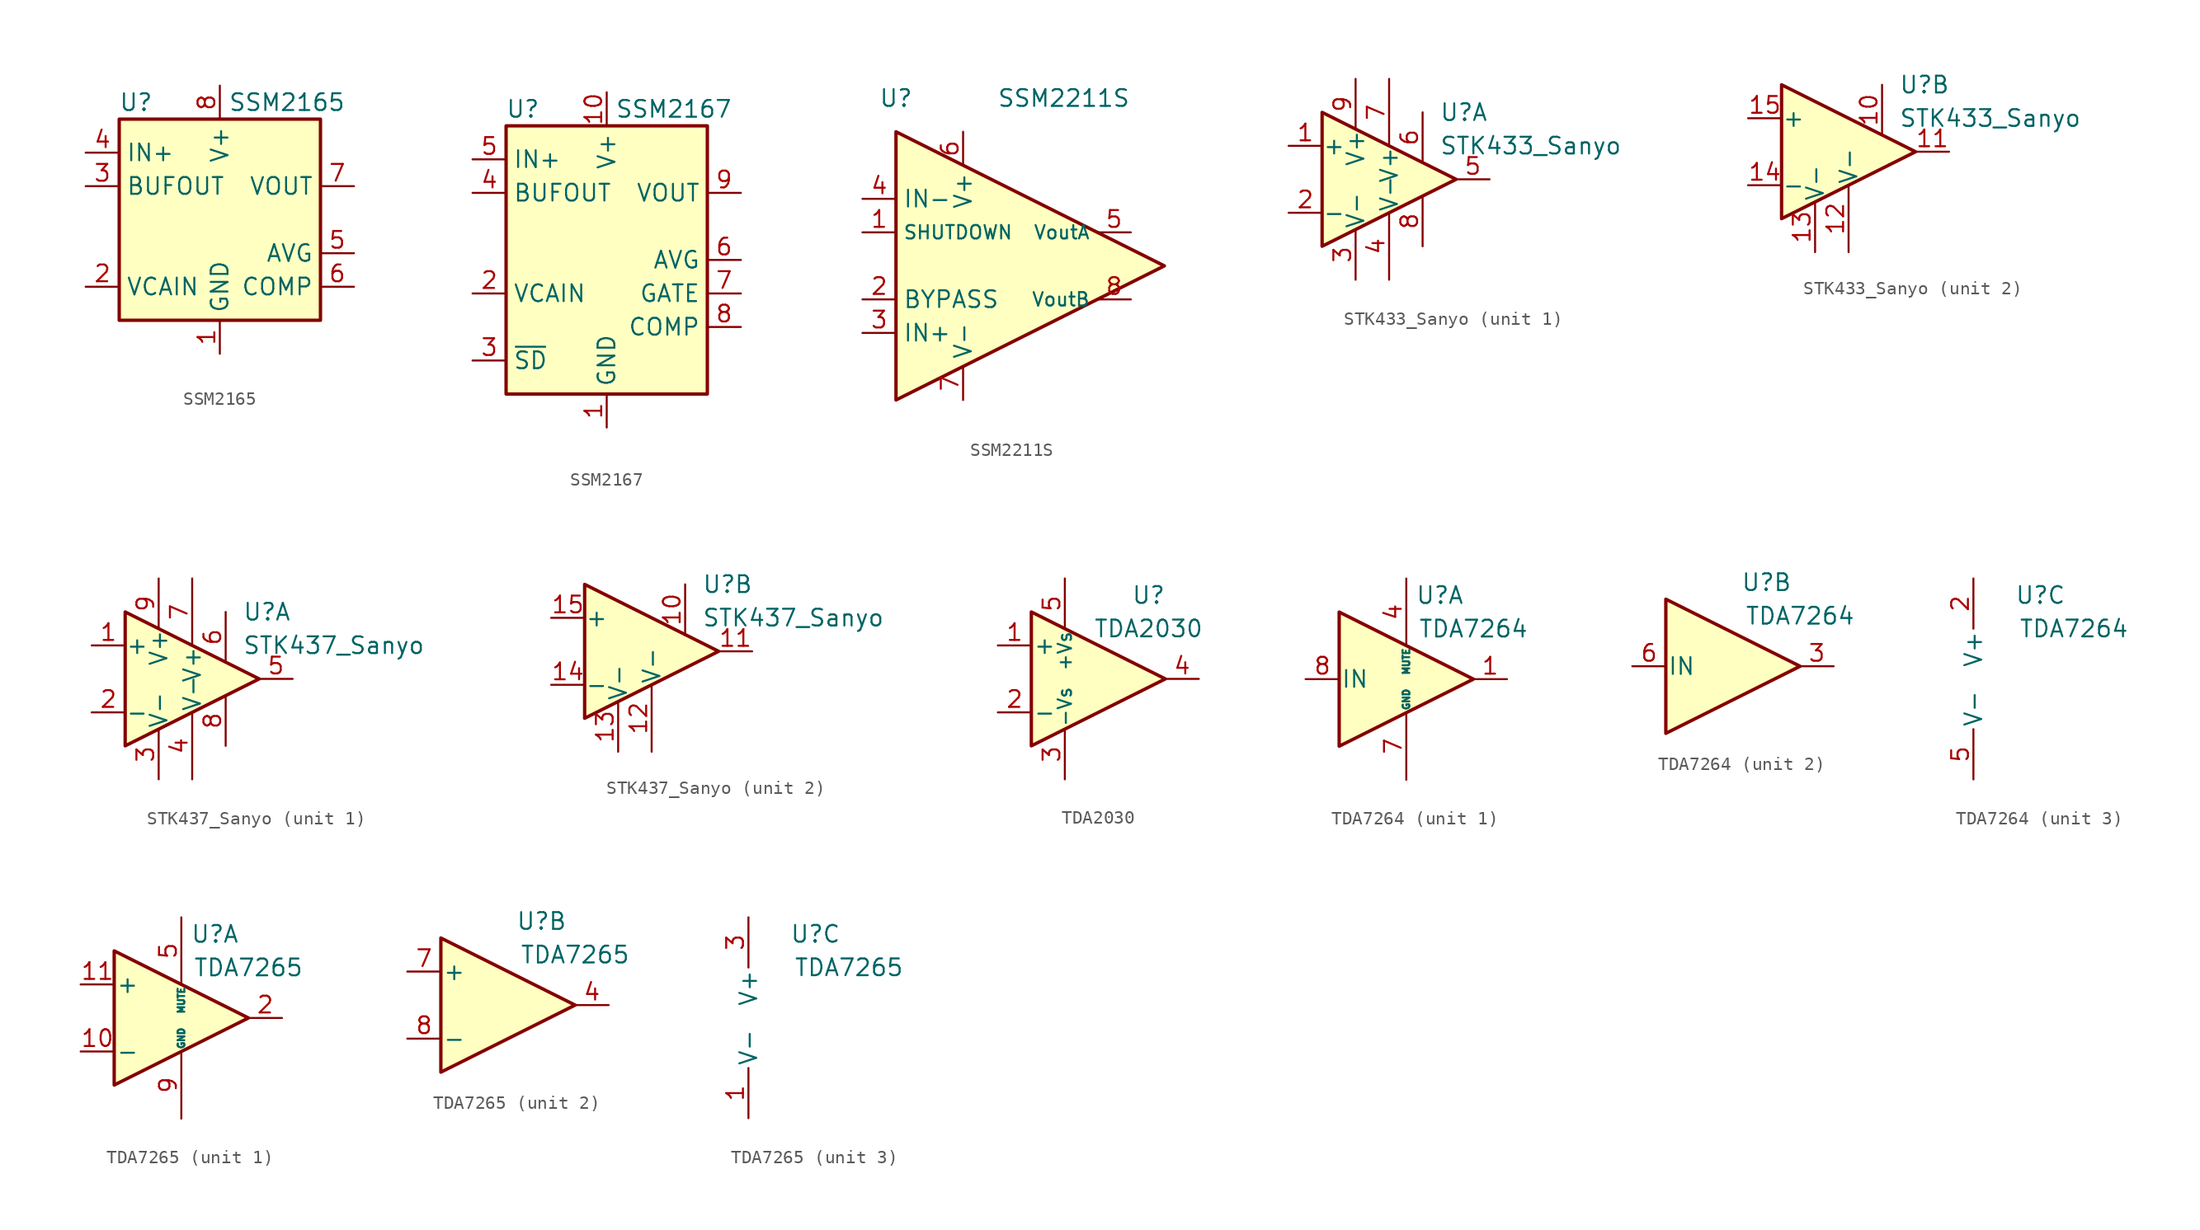
<source format=kicad_sym>
(kicad_symbol_lib
  (version 20211014)
  (generator kicad_symbol_editor)
  (symbol "SSM2165"
    (property "Reference" "U"
      (at -6.35 8.89 0)
      (effects (font (size 1.27 1.27))))
    (property "Value" "SSM2165"
      (at 5.08 8.89 0)
      (effects (font (size 1.27 1.27))))
    (symbol "SSM2165_0_1"
      (rectangle (start -7.62 7.62) (end 7.62 -7.62) (stroke (width 0.254) (type default) (color 0 0 0 0)) (fill (type background))))
    (symbol "SSM2165_1_1"
      (pin power_in line (at 0 -10.16 90) (length 2.54) (name "GND" (effects (font (size 1.27 1.27)))) (number "1" (effects (font (size 1.27 1.27)))))
      (pin input line (at -10.16 -5.08 0) (length 2.54) (name "VCAIN" (effects (font (size 1.27 1.27)))) (number "2" (effects (font (size 1.27 1.27)))))
      (pin output line (at -10.16 2.54 0) (length 2.54) (name "BUFOUT" (effects (font (size 1.27 1.27)))) (number "3" (effects (font (size 1.27 1.27)))))
      (pin input line (at -10.16 5.08 0) (length 2.54) (name "IN+" (effects (font (size 1.27 1.27)))) (number "4" (effects (font (size 1.27 1.27)))))
      (pin passive line (at 10.16 -2.54 180) (length 2.54) (name "AVG" (effects (font (size 1.27 1.27)))) (number "5" (effects (font (size 1.27 1.27)))))
      (pin passive line (at 10.16 -5.08 180) (length 2.54) (name "COMP" (effects (font (size 1.27 1.27)))) (number "6" (effects (font (size 1.27 1.27)))))
      (pin output line (at 10.16 2.54 180) (length 2.54) (name "VOUT" (effects (font (size 1.27 1.27)))) (number "7" (effects (font (size 1.27 1.27)))))
      (pin power_in line (at 0 10.16 270) (length 2.54) (name "V+" (effects (font (size 1.27 1.27)))) (number "8" (effects (font (size 1.27 1.27)))))))
  (symbol "SSM2167"
    (property "Reference" "U"
      (at -6.35 11.43 0)
      (effects (font (size 1.27 1.27))))
    (property "Value" "SSM2167"
      (at 5.08 11.43 0)
      (effects (font (size 1.27 1.27))))
    (symbol "SSM2167_0_1"
      (rectangle (start -7.62 10.16) (end 7.62 -10.16) (stroke (width 0.254) (type default) (color 0 0 0 0)) (fill (type background))))
    (symbol "SSM2167_1_1"
      (pin power_in line (at 0 -12.7 90) (length 2.54) (name "GND" (effects (font (size 1.27 1.27)))) (number "1" (effects (font (size 1.27 1.27)))))
      (pin power_in line (at 0 12.7 270) (length 2.54) (name "V+" (effects (font (size 1.27 1.27)))) (number "10" (effects (font (size 1.27 1.27)))))
      (pin input line (at -10.16 -2.54 0) (length 2.54) (name "VCAIN" (effects (font (size 1.27 1.27)))) (number "2" (effects (font (size 1.27 1.27)))))
      (pin input line (at -10.16 -7.62 0) (length 2.54) (name "~{SD}" (effects (font (size 1.27 1.27)))) (number "3" (effects (font (size 1.27 1.27)))))
      (pin output line (at -10.16 5.08 0) (length 2.54) (name "BUFOUT" (effects (font (size 1.27 1.27)))) (number "4" (effects (font (size 1.27 1.27)))))
      (pin input line (at -10.16 7.62 0) (length 2.54) (name "IN+" (effects (font (size 1.27 1.27)))) (number "5" (effects (font (size 1.27 1.27)))))
      (pin passive line (at 10.16 0 180) (length 2.54) (name "AVG" (effects (font (size 1.27 1.27)))) (number "6" (effects (font (size 1.27 1.27)))))
      (pin passive line (at 10.16 -2.54 180) (length 2.54) (name "GATE" (effects (font (size 1.27 1.27)))) (number "7" (effects (font (size 1.27 1.27)))))
      (pin passive line (at 10.16 -5.08 180) (length 2.54) (name "COMP" (effects (font (size 1.27 1.27)))) (number "8" (effects (font (size 1.27 1.27)))))
      (pin output line (at 10.16 5.08 180) (length 2.54) (name "VOUT" (effects (font (size 1.27 1.27)))) (number "9" (effects (font (size 1.27 1.27)))))))
  (symbol "SSM2211S"
    (property "Reference" "U"
      (at -7.62 12.7 0)
      (effects (font (size 1.27 1.27))))
    (property "Value" "SSM2211S"
      (at 5.08 12.7 0)
      (effects (font (size 1.27 1.27))))
    (symbol "SSM2211S_0_1"
      (polyline (pts (xy -7.62 10.16) (xy -7.62 -10.16) (xy 12.7 0) (xy -7.62 10.16)) (stroke (width 0.254) (type default) (color 0 0 0 0)) (fill (type background))))
    (symbol "SSM2211S_1_1"
      (pin input line (at -10.16 2.54 0) (length 2.54) (name "SHUTDOWN" (effects (font (size 1.016 1.016)))) (number "1" (effects (font (size 1.27 1.27)))))
      (pin passive line (at -10.16 -2.54 0) (length 2.54) (name "BYPASS" (effects (font (size 1.27 1.27)))) (number "2" (effects (font (size 1.27 1.27)))))
      (pin input line (at -10.16 -5.08 0) (length 2.54) (name "IN+" (effects (font (size 1.27 1.27)))) (number "3" (effects (font (size 1.27 1.27)))))
      (pin input line (at -10.16 5.08 0) (length 2.54) (name "IN-" (effects (font (size 1.27 1.27)))) (number "4" (effects (font (size 1.27 1.27)))))
      (pin output line (at 10.16 2.54 180) (length 2.54) (name "VoutA" (effects (font (size 1.016 1.016)))) (number "5" (effects (font (size 1.27 1.27)))))
      (pin power_in line (at -2.54 10.16 270) (length 2.54) (name "V+" (effects (font (size 1.27 1.27)))) (number "6" (effects (font (size 1.27 1.27)))))
      (pin power_in line (at -2.54 -10.16 90) (length 2.54) (name "V-" (effects (font (size 1.27 1.27)))) (number "7" (effects (font (size 1.27 1.27)))))
      (pin output line (at 10.16 -2.54 180) (length 2.54) (name "VoutB" (effects (font (size 1.016 1.016)))) (number "8" (effects (font (size 1.27 1.27)))))))
  (symbol "STK433_Sanyo"
    (pin_names
      (offset 0.025))
    (property "Reference" "U"
      (at 3.81 5.08 0)
      (effects (font (size 1.27 1.27)) (justify left)))
    (property "Value" "STK433_Sanyo"
      (at 3.81 2.54 0)
      (effects (font (size 1.27 1.27)) (justify left)))
    (symbol "STK433_Sanyo_0_1"
      (polyline (pts (xy -5.08 5.08) (xy 5.08 0) (xy -5.08 -5.08) (xy -5.08 5.08)) (stroke (width 0.254) (type default) (color 0 0 0 0)) (fill (type background))))
    (symbol "STK433_Sanyo_1_1"
      (pin input line (at -7.62 2.54 0) (length 2.54) (name "+" (effects (font (size 1.27 1.27)))) (number "1" (effects (font (size 1.27 1.27)))))
      (pin input line (at -7.62 -2.54 0) (length 2.54) (name "-" (effects (font (size 1.27 1.27)))) (number "2" (effects (font (size 1.27 1.27)))))
      (pin power_in line (at -2.54 -7.62 90) (length 3.81) (name "V-" (effects (font (size 1.27 1.27)))) (number "3" (effects (font (size 1.27 1.27)))))
      (pin power_in line (at 0 -7.62 90) (length 5.08) (name "V-" (effects (font (size 1.27 1.27)))) (number "4" (effects (font (size 1.27 1.27)))))
      (pin output line (at 7.62 0 180) (length 2.54) (name "~" (effects (font (size 1.27 1.27)))) (number "5" (effects (font (size 1.27 1.27)))))
      (pin passive line (at 2.54 5.08 270) (length 3.81) (name "~" (effects (font (size 1.27 1.27)))) (number "6" (effects (font (size 1.27 1.27)))))
      (pin power_in line (at 0 7.62 270) (length 5.08) (name "V+" (effects (font (size 1.27 1.27)))) (number "7" (effects (font (size 1.27 1.27)))))
      (pin power_in line (at 2.54 -5.08 90) (length 3.81) (name "~" (effects (font (size 1.27 1.27)))) (number "8" (effects (font (size 1.27 1.27)))))
      (pin power_in line (at -2.54 7.62 270) (length 3.81) (name "V+" (effects (font (size 1.27 1.27)))) (number "9" (effects (font (size 1.27 1.27))))))
    (symbol "STK433_Sanyo_2_1"
      (pin passive line (at 2.54 5.08 270) (length 3.81) (name "~" (effects (font (size 1.27 1.27)))) (number "10" (effects (font (size 1.27 1.27)))))
      (pin output line (at 7.62 0 180) (length 2.54) (name "~" (effects (font (size 1.27 1.27)))) (number "11" (effects (font (size 1.27 1.27)))))
      (pin power_in line (at 0 -7.62 90) (length 5.08) (name "V-" (effects (font (size 1.27 1.27)))) (number "12" (effects (font (size 1.27 1.27)))))
      (pin power_in line (at -2.54 -7.62 90) (length 3.81) (name "V-" (effects (font (size 1.27 1.27)))) (number "13" (effects (font (size 1.27 1.27)))))
      (pin input line (at -7.62 -2.54 0) (length 2.54) (name "-" (effects (font (size 1.27 1.27)))) (number "14" (effects (font (size 1.27 1.27)))))
      (pin input line (at -7.62 2.54 0) (length 2.54) (name "+" (effects (font (size 1.27 1.27)))) (number "15" (effects (font (size 1.27 1.27)))))))
  (symbol "STK437_Sanyo"
    (pin_names
      (offset 0.025))
    (property "Reference" "U"
      (at 3.81 5.08 0)
      (effects (font (size 1.27 1.27)) (justify left)))
    (property "Value" "STK437_Sanyo"
      (at 3.81 2.54 0)
      (effects (font (size 1.27 1.27)) (justify left)))
    (symbol "STK437_Sanyo_0_1"
      (polyline (pts (xy -5.08 5.08) (xy 5.08 0) (xy -5.08 -5.08) (xy -5.08 5.08)) (stroke (width 0.254) (type default) (color 0 0 0 0)) (fill (type background))))
    (symbol "STK437_Sanyo_1_1"
      (pin input line (at -7.62 2.54 0) (length 2.54) (name "+" (effects (font (size 1.27 1.27)))) (number "1" (effects (font (size 1.27 1.27)))))
      (pin input line (at -7.62 -2.54 0) (length 2.54) (name "-" (effects (font (size 1.27 1.27)))) (number "2" (effects (font (size 1.27 1.27)))))
      (pin power_in line (at -2.54 -7.62 90) (length 3.81) (name "V-" (effects (font (size 1.27 1.27)))) (number "3" (effects (font (size 1.27 1.27)))))
      (pin power_in line (at 0 -7.62 90) (length 5.08) (name "V-" (effects (font (size 1.27 1.27)))) (number "4" (effects (font (size 1.27 1.27)))))
      (pin output line (at 7.62 0 180) (length 2.54) (name "~" (effects (font (size 1.27 1.27)))) (number "5" (effects (font (size 1.27 1.27)))))
      (pin passive line (at 2.54 5.08 270) (length 3.81) (name "~" (effects (font (size 1.27 1.27)))) (number "6" (effects (font (size 1.27 1.27)))))
      (pin power_in line (at 0 7.62 270) (length 5.08) (name "V+" (effects (font (size 1.27 1.27)))) (number "7" (effects (font (size 1.27 1.27)))))
      (pin power_in line (at 2.54 -5.08 90) (length 3.81) (name "~" (effects (font (size 1.27 1.27)))) (number "8" (effects (font (size 1.27 1.27)))))
      (pin power_in line (at -2.54 7.62 270) (length 3.81) (name "V+" (effects (font (size 1.27 1.27)))) (number "9" (effects (font (size 1.27 1.27))))))
    (symbol "STK437_Sanyo_2_1"
      (pin passive line (at 2.54 5.08 270) (length 3.81) (name "~" (effects (font (size 1.27 1.27)))) (number "10" (effects (font (size 1.27 1.27)))))
      (pin output line (at 7.62 0 180) (length 2.54) (name "~" (effects (font (size 1.27 1.27)))) (number "11" (effects (font (size 1.27 1.27)))))
      (pin power_in line (at 0 -7.62 90) (length 5.08) (name "V-" (effects (font (size 1.27 1.27)))) (number "12" (effects (font (size 1.27 1.27)))))
      (pin power_in line (at -2.54 -7.62 90) (length 3.81) (name "V-" (effects (font (size 1.27 1.27)))) (number "13" (effects (font (size 1.27 1.27)))))
      (pin input line (at -7.62 -2.54 0) (length 2.54) (name "-" (effects (font (size 1.27 1.27)))) (number "14" (effects (font (size 1.27 1.27)))))
      (pin input line (at -7.62 2.54 0) (length 2.54) (name "+" (effects (font (size 1.27 1.27)))) (number "15" (effects (font (size 1.27 1.27)))))))
  (symbol "TDA2030"
    (pin_names
      (offset 0.127))
    (property "Reference" "U"
      (at 3.81 6.35 0)
      (effects (font (size 1.27 1.27))))
    (property "Value" "TDA2030"
      (at 3.81 3.81 0)
      (effects (font (size 1.27 1.27))))
    (symbol "TDA2030_0_1"
      (polyline (pts (xy -5.08 5.08) (xy 5.08 0) (xy -5.08 -5.08) (xy -5.08 5.08)) (stroke (width 0.254) (type default) (color 0 0 0 0)) (fill (type background))))
    (symbol "TDA2030_1_1"
      (pin input line (at -7.62 2.54 0) (length 2.54) (name "+" (effects (font (size 1.27 1.27)))) (number "1" (effects (font (size 1.27 1.27)))))
      (pin input line (at -7.62 -2.54 0) (length 2.54) (name "-" (effects (font (size 1.27 1.27)))) (number "2" (effects (font (size 1.27 1.27)))))
      (pin power_in line (at -2.54 -7.62 90) (length 3.81) (name "-Vs" (effects (font (size 1.016 1.016)))) (number "3" (effects (font (size 1.27 1.27)))))
      (pin output line (at 7.62 0 180) (length 2.54) (name "~" (effects (font (size 1.27 1.27)))) (number "4" (effects (font (size 1.27 1.27)))))
      (pin power_in line (at -2.54 7.62 270) (length 3.81) (name "+Vs" (effects (font (size 1.016 1.016)))) (number "5" (effects (font (size 1.27 1.27)))))))
  (symbol "TDA7264"
    (pin_names
      (offset 0.127))
    (property "Reference" "U"
      (at 2.54 6.35 0)
      (effects (font (size 1.27 1.27))))
    (property "Value" "TDA7264"
      (at 5.08 3.81 0)
      (effects (font (size 1.27 1.27))))
    (property "ki_locked" ""
      (at 0 0 0)
      (effects (font (size 1.27 1.27))))
    (symbol "TDA7264_1_1"
      (polyline (pts (xy 5.08 0) (xy -5.08 5.08) (xy -5.08 -5.08) (xy 5.08 0)) (stroke (width 0.254) (type default) (color 0 0 0 0)) (fill (type background)))
      (pin output line (at 7.62 0 180) (length 2.54) (name "~" (effects (font (size 1.27 1.27)))) (number "1" (effects (font (size 1.27 1.27)))))
      (pin input line (at 0 7.62 270) (length 5.08) (name "MUTE" (effects (font (size 0.508 0.508)))) (number "4" (effects (font (size 1.27 1.27)))))
      (pin power_in line (at 0 -7.62 90) (length 5.08) (name "GND" (effects (font (size 0.508 0.508)))) (number "7" (effects (font (size 1.27 1.27)))))
      (pin input line (at -7.62 0 0) (length 2.54) (name "IN" (effects (font (size 1.27 1.27)))) (number "8" (effects (font (size 1.27 1.27))))))
    (symbol "TDA7264_2_1"
      (polyline (pts (xy 5.08 0) (xy -5.08 5.08) (xy -5.08 -5.08) (xy 5.08 0)) (stroke (width 0.254) (type default) (color 0 0 0 0)) (fill (type background)))
      (pin output line (at 7.62 0 180) (length 2.54) (name "~" (effects (font (size 1.27 1.27)))) (number "3" (effects (font (size 1.27 1.27)))))
      (pin input line (at -7.62 0 0) (length 2.54) (name "IN" (effects (font (size 1.27 1.27)))) (number "6" (effects (font (size 1.27 1.27))))))
    (symbol "TDA7264_3_1"
      (pin power_in line (at -2.54 7.62 270) (length 3.81) (name "V+" (effects (font (size 1.27 1.27)))) (number "2" (effects (font (size 1.27 1.27)))))
      (pin power_in line (at -2.54 -7.62 90) (length 3.81) (name "V-" (effects (font (size 1.27 1.27)))) (number "5" (effects (font (size 1.27 1.27)))))))
  (symbol "TDA7265"
    (pin_names
      (offset 0.127))
    (property "Reference" "U"
      (at 2.54 6.35 0)
      (effects (font (size 1.27 1.27))))
    (property "Value" "TDA7265"
      (at 5.08 3.81 0)
      (effects (font (size 1.27 1.27))))
    (property "ki_locked" ""
      (at 0 0 0)
      (effects (font (size 1.27 1.27))))
    (symbol "TDA7265_1_1"
      (polyline (pts (xy 5.08 0) (xy -5.08 5.08) (xy -5.08 -5.08) (xy 5.08 0)) (stroke (width 0.254) (type default) (color 0 0 0 0)) (fill (type background)))
      (pin input line (at -7.62 -2.54 0) (length 2.54) (name "-" (effects (font (size 1.27 1.27)))) (number "10" (effects (font (size 1.27 1.27)))))
      (pin input line (at -7.62 2.54 0) (length 2.54) (name "+" (effects (font (size 1.27 1.27)))) (number "11" (effects (font (size 1.27 1.27)))))
      (pin output line (at 7.62 0 180) (length 2.54) (name "~" (effects (font (size 1.27 1.27)))) (number "2" (effects (font (size 1.27 1.27)))))
      (pin input line (at 0 7.62 270) (length 5.08) (name "MUTE" (effects (font (size 0.508 0.508)))) (number "5" (effects (font (size 1.27 1.27)))))
      (pin power_in line (at 0 -7.62 90) (length 5.08) (name "GND" (effects (font (size 0.508 0.508)))) (number "9" (effects (font (size 1.27 1.27))))))
    (symbol "TDA7265_2_1"
      (polyline (pts (xy 5.08 0) (xy -5.08 5.08) (xy -5.08 -5.08) (xy 5.08 0)) (stroke (width 0.254) (type default) (color 0 0 0 0)) (fill (type background)))
      (pin output line (at 7.62 0 180) (length 2.54) (name "~" (effects (font (size 1.27 1.27)))) (number "4" (effects (font (size 1.27 1.27)))))
      (pin input line (at -7.62 2.54 0) (length 2.54) (name "+" (effects (font (size 1.27 1.27)))) (number "7" (effects (font (size 1.27 1.27)))))
      (pin input line (at -7.62 -2.54 0) (length 2.54) (name "-" (effects (font (size 1.27 1.27)))) (number "8" (effects (font (size 1.27 1.27))))))
    (symbol "TDA7265_3_1"
      (pin power_in line (at -2.54 -7.62 90) (length 3.81) (name "V-" (effects (font (size 1.27 1.27)))) (number "1" (effects (font (size 1.27 1.27)))))
      (pin power_in line (at -2.54 7.62 270) (length 3.81) (name "V+" (effects (font (size 1.27 1.27)))) (number "3" (effects (font (size 1.27 1.27)))))
      (pin passive line (at -2.54 -7.62 90) (length 3.81) hide (name "V-" (effects (font (size 1.27 1.27)))) (number "6" (effects (font (size 1.27 1.27))))))))
</source>
